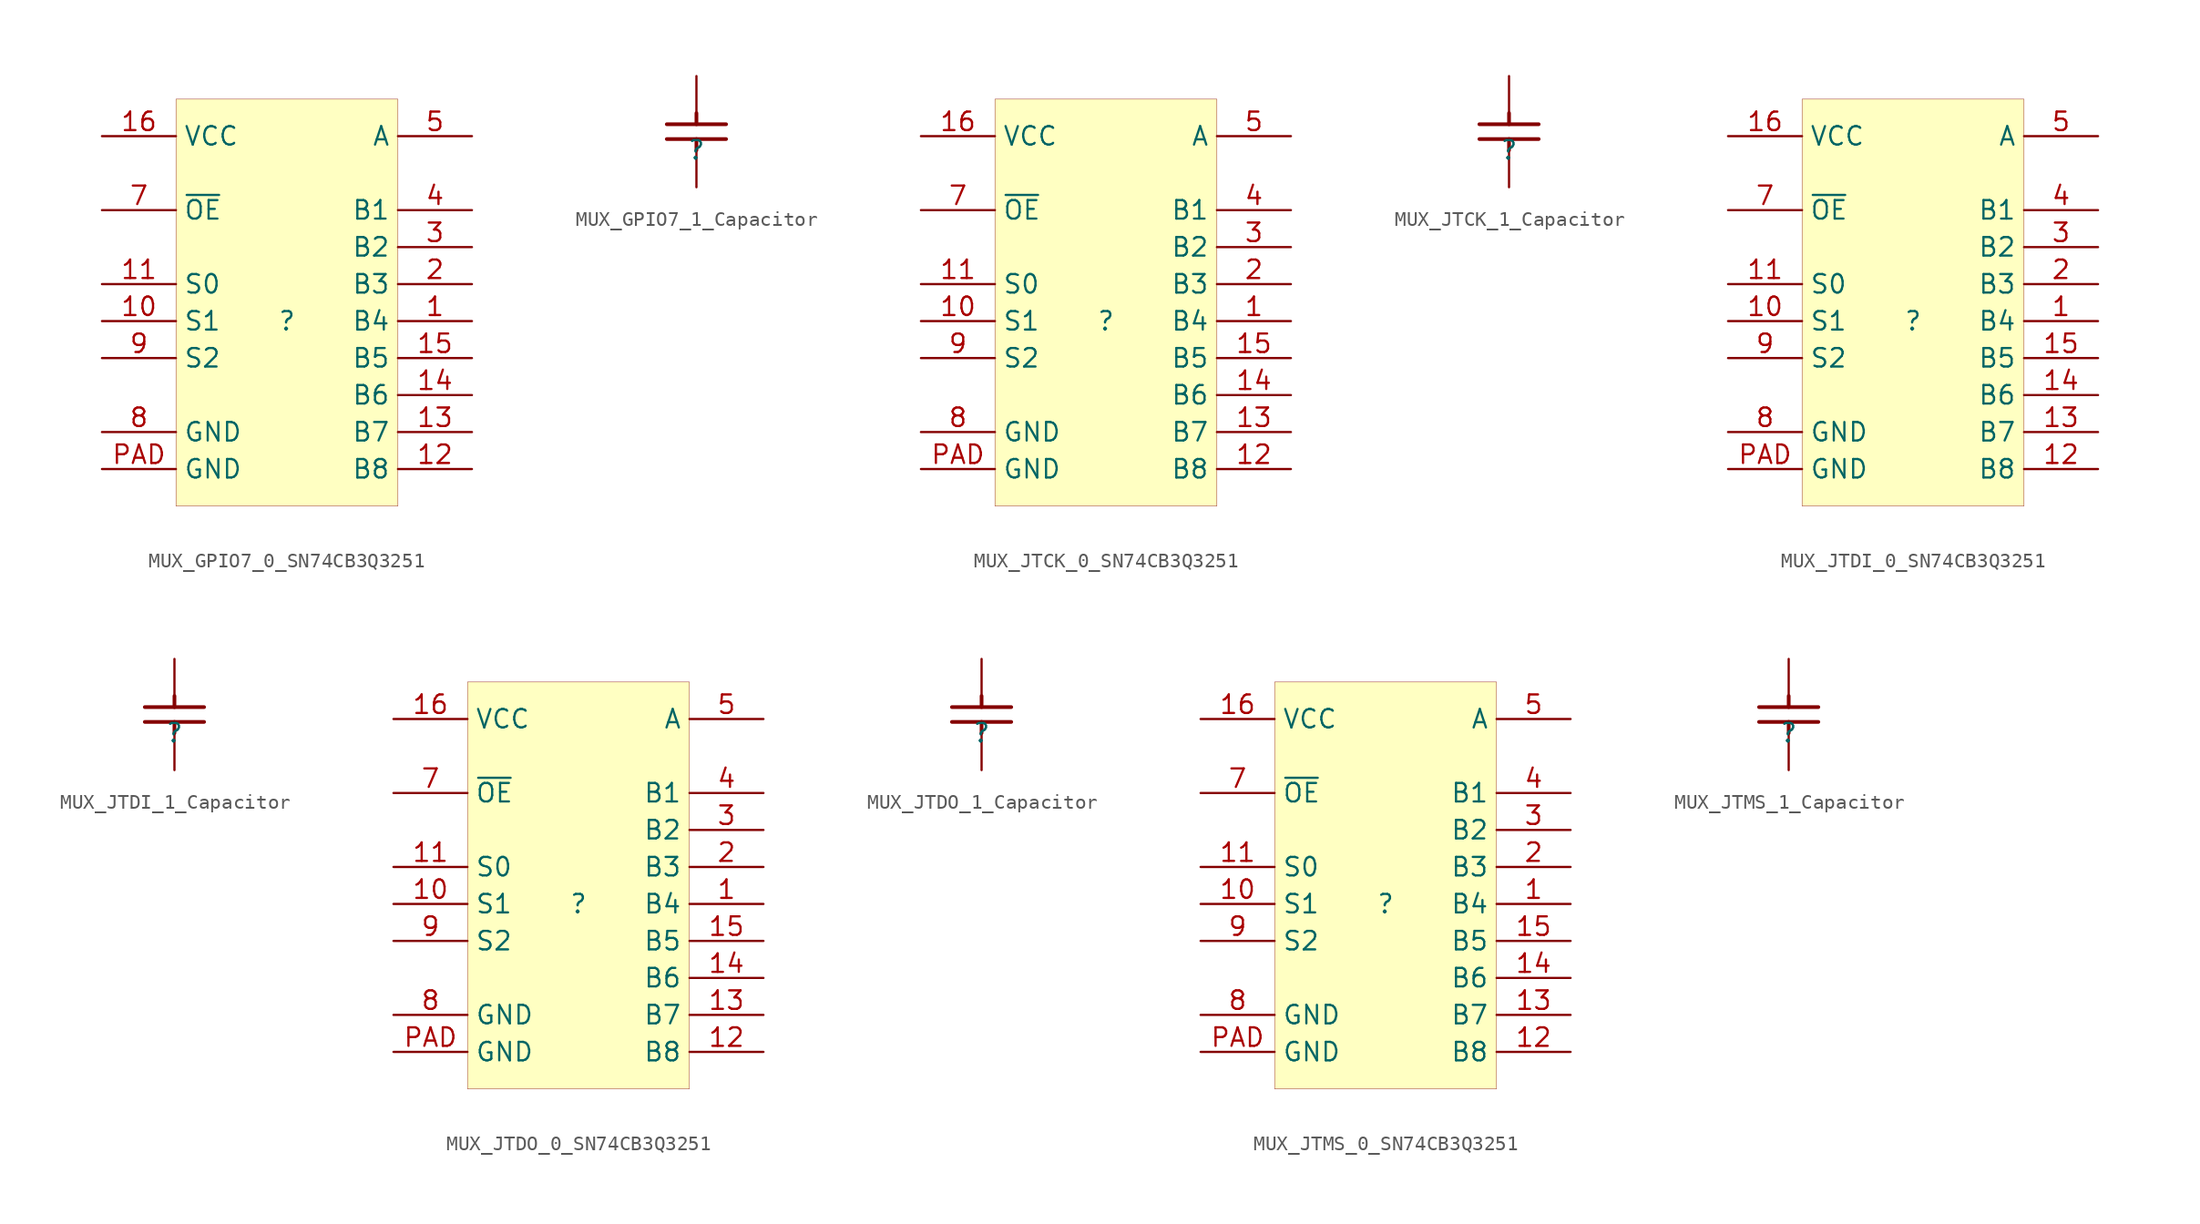
<source format=kicad_sym>
(kicad_symbol_lib
  (version 20231120)
  (generator "kicad_symbol_editor")
  (generator_version "8.0")
  (symbol "MUX_GPIO7_0_SN74CB3Q3251"
    (property "Reference" ""
      (at 0 0 0)
      (effects (font (size 1.27 1.27))))
    (property "Value" ""
      (at 0 0 0)
      (effects (font (size 1.27 1.27))))
    (symbol "MUX_GPIO7_0_SN74CB3Q3251_1_0"
      (rectangle (start 7.62 15.24) (end -7.62 -12.7) (stroke (width 0.025) (type solid) (color 128 0 0 1)) (fill (type background)))
      (pin passive line (at 12.7 0 180) (length 5.08) (name "B4" (effects (font (size 1.27 1.27)))) (number "1" (effects (font (size 1.27 1.27)))))
      (pin passive line (at -12.7 0 0) (length 5.08) (name "S1" (effects (font (size 1.27 1.27)))) (number "10" (effects (font (size 1.27 1.27)))))
      (pin passive line (at -12.7 2.54 0) (length 5.08) (name "S0" (effects (font (size 1.27 1.27)))) (number "11" (effects (font (size 1.27 1.27)))))
      (pin passive line (at 12.7 -10.16 180) (length 5.08) (name "B8" (effects (font (size 1.27 1.27)))) (number "12" (effects (font (size 1.27 1.27)))))
      (pin passive line (at 12.7 -7.62 180) (length 5.08) (name "B7" (effects (font (size 1.27 1.27)))) (number "13" (effects (font (size 1.27 1.27)))))
      (pin passive line (at 12.7 -5.08 180) (length 5.08) (name "B6" (effects (font (size 1.27 1.27)))) (number "14" (effects (font (size 1.27 1.27)))))
      (pin passive line (at 12.7 -2.54 180) (length 5.08) (name "B5" (effects (font (size 1.27 1.27)))) (number "15" (effects (font (size 1.27 1.27)))))
      (pin passive line (at -12.7 12.7 0) (length 5.08) (name "VCC" (effects (font (size 1.27 1.27)))) (number "16" (effects (font (size 1.27 1.27)))))
      (pin passive line (at 12.7 2.54 180) (length 5.08) (name "B3" (effects (font (size 1.27 1.27)))) (number "2" (effects (font (size 1.27 1.27)))))
      (pin passive line (at 12.7 5.08 180) (length 5.08) (name "B2" (effects (font (size 1.27 1.27)))) (number "3" (effects (font (size 1.27 1.27)))))
      (pin passive line (at 12.7 7.62 180) (length 5.08) (name "B1" (effects (font (size 1.27 1.27)))) (number "4" (effects (font (size 1.27 1.27)))))
      (pin passive line (at 12.7 12.7 180) (length 5.08) (name "A" (effects (font (size 1.27 1.27)))) (number "5" (effects (font (size 1.27 1.27)))))
      (pin passive line (at -12.7 7.62 0) (length 5.08) (name "~{OE}" (effects (font (size 1.27 1.27)))) (number "7" (effects (font (size 1.27 1.27)))))
      (pin passive line (at -12.7 -7.62 0) (length 5.08) (name "GND" (effects (font (size 1.27 1.27)))) (number "8" (effects (font (size 1.27 1.27)))))
      (pin passive line (at -12.7 -2.54 0) (length 5.08) (name "S2" (effects (font (size 1.27 1.27)))) (number "9" (effects (font (size 1.27 1.27)))))
      (pin passive line (at -12.7 -10.16 0) (length 5.08) (name "GND" (effects (font (size 1.27 1.27)))) (number "PAD" (effects (font (size 1.27 1.27)))))))
  (symbol "MUX_GPIO7_1_Capacitor"
    (property "Reference" ""
      (at 0 0 0)
      (effects (font (size 1.27 1.27))))
    (property "Value" ""
      (at 0 0 0)
      (effects (font (size 1.27 1.27))))
    (symbol "MUX_GPIO7_1_Capacitor_1_0"
      (polyline (pts (xy -2.032 0.762) (xy 2.032 0.762)) (stroke (width 0.254) (type solid)) (fill (type none)))
      (polyline (pts (xy 0 0) (xy 0 0.762)) (stroke (width 0.254) (type solid)) (fill (type none)))
      (polyline (pts (xy 0 1.778) (xy 0 2.54)) (stroke (width 0.254) (type solid)) (fill (type none)))
      (polyline (pts (xy 2.032 1.778) (xy -2.032 1.778)) (stroke (width 0.254) (type solid)) (fill (type none)))
      (pin passive line (at 0 -2.54 90) (length 2.54) (name "1" (effects (font (size 0 0)))) (number "1" (effects (font (size 0 0)))))
      (pin passive line (at 0 5.08 270) (length 2.54) (name "2" (effects (font (size 0 0)))) (number "2" (effects (font (size 0 0)))))))
  (symbol "MUX_JTCK_0_SN74CB3Q3251"
    (property "Reference" ""
      (at 0 0 0)
      (effects (font (size 1.27 1.27))))
    (property "Value" ""
      (at 0 0 0)
      (effects (font (size 1.27 1.27))))
    (symbol "MUX_JTCK_0_SN74CB3Q3251_1_0"
      (rectangle (start 7.62 15.24) (end -7.62 -12.7) (stroke (width 0.025) (type solid) (color 128 0 0 1)) (fill (type background)))
      (pin passive line (at 12.7 0 180) (length 5.08) (name "B4" (effects (font (size 1.27 1.27)))) (number "1" (effects (font (size 1.27 1.27)))))
      (pin passive line (at -12.7 0 0) (length 5.08) (name "S1" (effects (font (size 1.27 1.27)))) (number "10" (effects (font (size 1.27 1.27)))))
      (pin passive line (at -12.7 2.54 0) (length 5.08) (name "S0" (effects (font (size 1.27 1.27)))) (number "11" (effects (font (size 1.27 1.27)))))
      (pin passive line (at 12.7 -10.16 180) (length 5.08) (name "B8" (effects (font (size 1.27 1.27)))) (number "12" (effects (font (size 1.27 1.27)))))
      (pin passive line (at 12.7 -7.62 180) (length 5.08) (name "B7" (effects (font (size 1.27 1.27)))) (number "13" (effects (font (size 1.27 1.27)))))
      (pin passive line (at 12.7 -5.08 180) (length 5.08) (name "B6" (effects (font (size 1.27 1.27)))) (number "14" (effects (font (size 1.27 1.27)))))
      (pin passive line (at 12.7 -2.54 180) (length 5.08) (name "B5" (effects (font (size 1.27 1.27)))) (number "15" (effects (font (size 1.27 1.27)))))
      (pin passive line (at -12.7 12.7 0) (length 5.08) (name "VCC" (effects (font (size 1.27 1.27)))) (number "16" (effects (font (size 1.27 1.27)))))
      (pin passive line (at 12.7 2.54 180) (length 5.08) (name "B3" (effects (font (size 1.27 1.27)))) (number "2" (effects (font (size 1.27 1.27)))))
      (pin passive line (at 12.7 5.08 180) (length 5.08) (name "B2" (effects (font (size 1.27 1.27)))) (number "3" (effects (font (size 1.27 1.27)))))
      (pin passive line (at 12.7 7.62 180) (length 5.08) (name "B1" (effects (font (size 1.27 1.27)))) (number "4" (effects (font (size 1.27 1.27)))))
      (pin passive line (at 12.7 12.7 180) (length 5.08) (name "A" (effects (font (size 1.27 1.27)))) (number "5" (effects (font (size 1.27 1.27)))))
      (pin passive line (at -12.7 7.62 0) (length 5.08) (name "~{OE}" (effects (font (size 1.27 1.27)))) (number "7" (effects (font (size 1.27 1.27)))))
      (pin passive line (at -12.7 -7.62 0) (length 5.08) (name "GND" (effects (font (size 1.27 1.27)))) (number "8" (effects (font (size 1.27 1.27)))))
      (pin passive line (at -12.7 -2.54 0) (length 5.08) (name "S2" (effects (font (size 1.27 1.27)))) (number "9" (effects (font (size 1.27 1.27)))))
      (pin passive line (at -12.7 -10.16 0) (length 5.08) (name "GND" (effects (font (size 1.27 1.27)))) (number "PAD" (effects (font (size 1.27 1.27)))))))
  (symbol "MUX_JTCK_1_Capacitor"
    (property "Reference" ""
      (at 0 0 0)
      (effects (font (size 1.27 1.27))))
    (property "Value" ""
      (at 0 0 0)
      (effects (font (size 1.27 1.27))))
    (symbol "MUX_JTCK_1_Capacitor_1_0"
      (polyline (pts (xy -2.032 0.762) (xy 2.032 0.762)) (stroke (width 0.254) (type solid)) (fill (type none)))
      (polyline (pts (xy 0 0) (xy 0 0.762)) (stroke (width 0.254) (type solid)) (fill (type none)))
      (polyline (pts (xy 0 1.778) (xy 0 2.54)) (stroke (width 0.254) (type solid)) (fill (type none)))
      (polyline (pts (xy 2.032 1.778) (xy -2.032 1.778)) (stroke (width 0.254) (type solid)) (fill (type none)))
      (pin passive line (at 0 -2.54 90) (length 2.54) (name "1" (effects (font (size 0 0)))) (number "1" (effects (font (size 0 0)))))
      (pin passive line (at 0 5.08 270) (length 2.54) (name "2" (effects (font (size 0 0)))) (number "2" (effects (font (size 0 0)))))))
  (symbol "MUX_JTDI_0_SN74CB3Q3251"
    (property "Reference" ""
      (at 0 0 0)
      (effects (font (size 1.27 1.27))))
    (property "Value" ""
      (at 0 0 0)
      (effects (font (size 1.27 1.27))))
    (symbol "MUX_JTDI_0_SN74CB3Q3251_1_0"
      (rectangle (start 7.62 15.24) (end -7.62 -12.7) (stroke (width 0.025) (type solid) (color 128 0 0 1)) (fill (type background)))
      (pin passive line (at 12.7 0 180) (length 5.08) (name "B4" (effects (font (size 1.27 1.27)))) (number "1" (effects (font (size 1.27 1.27)))))
      (pin passive line (at -12.7 0 0) (length 5.08) (name "S1" (effects (font (size 1.27 1.27)))) (number "10" (effects (font (size 1.27 1.27)))))
      (pin passive line (at -12.7 2.54 0) (length 5.08) (name "S0" (effects (font (size 1.27 1.27)))) (number "11" (effects (font (size 1.27 1.27)))))
      (pin passive line (at 12.7 -10.16 180) (length 5.08) (name "B8" (effects (font (size 1.27 1.27)))) (number "12" (effects (font (size 1.27 1.27)))))
      (pin passive line (at 12.7 -7.62 180) (length 5.08) (name "B7" (effects (font (size 1.27 1.27)))) (number "13" (effects (font (size 1.27 1.27)))))
      (pin passive line (at 12.7 -5.08 180) (length 5.08) (name "B6" (effects (font (size 1.27 1.27)))) (number "14" (effects (font (size 1.27 1.27)))))
      (pin passive line (at 12.7 -2.54 180) (length 5.08) (name "B5" (effects (font (size 1.27 1.27)))) (number "15" (effects (font (size 1.27 1.27)))))
      (pin passive line (at -12.7 12.7 0) (length 5.08) (name "VCC" (effects (font (size 1.27 1.27)))) (number "16" (effects (font (size 1.27 1.27)))))
      (pin passive line (at 12.7 2.54 180) (length 5.08) (name "B3" (effects (font (size 1.27 1.27)))) (number "2" (effects (font (size 1.27 1.27)))))
      (pin passive line (at 12.7 5.08 180) (length 5.08) (name "B2" (effects (font (size 1.27 1.27)))) (number "3" (effects (font (size 1.27 1.27)))))
      (pin passive line (at 12.7 7.62 180) (length 5.08) (name "B1" (effects (font (size 1.27 1.27)))) (number "4" (effects (font (size 1.27 1.27)))))
      (pin passive line (at 12.7 12.7 180) (length 5.08) (name "A" (effects (font (size 1.27 1.27)))) (number "5" (effects (font (size 1.27 1.27)))))
      (pin passive line (at -12.7 7.62 0) (length 5.08) (name "~{OE}" (effects (font (size 1.27 1.27)))) (number "7" (effects (font (size 1.27 1.27)))))
      (pin passive line (at -12.7 -7.62 0) (length 5.08) (name "GND" (effects (font (size 1.27 1.27)))) (number "8" (effects (font (size 1.27 1.27)))))
      (pin passive line (at -12.7 -2.54 0) (length 5.08) (name "S2" (effects (font (size 1.27 1.27)))) (number "9" (effects (font (size 1.27 1.27)))))
      (pin passive line (at -12.7 -10.16 0) (length 5.08) (name "GND" (effects (font (size 1.27 1.27)))) (number "PAD" (effects (font (size 1.27 1.27)))))))
  (symbol "MUX_JTDI_1_Capacitor"
    (property "Reference" ""
      (at 0 0 0)
      (effects (font (size 1.27 1.27))))
    (property "Value" ""
      (at 0 0 0)
      (effects (font (size 1.27 1.27))))
    (symbol "MUX_JTDI_1_Capacitor_1_0"
      (polyline (pts (xy -2.032 0.762) (xy 2.032 0.762)) (stroke (width 0.254) (type solid)) (fill (type none)))
      (polyline (pts (xy 0 0) (xy 0 0.762)) (stroke (width 0.254) (type solid)) (fill (type none)))
      (polyline (pts (xy 0 1.778) (xy 0 2.54)) (stroke (width 0.254) (type solid)) (fill (type none)))
      (polyline (pts (xy 2.032 1.778) (xy -2.032 1.778)) (stroke (width 0.254) (type solid)) (fill (type none)))
      (pin passive line (at 0 -2.54 90) (length 2.54) (name "1" (effects (font (size 0 0)))) (number "1" (effects (font (size 0 0)))))
      (pin passive line (at 0 5.08 270) (length 2.54) (name "2" (effects (font (size 0 0)))) (number "2" (effects (font (size 0 0)))))))
  (symbol "MUX_JTDO_0_SN74CB3Q3251"
    (property "Reference" ""
      (at 0 0 0)
      (effects (font (size 1.27 1.27))))
    (property "Value" ""
      (at 0 0 0)
      (effects (font (size 1.27 1.27))))
    (symbol "MUX_JTDO_0_SN74CB3Q3251_1_0"
      (rectangle (start 7.62 15.24) (end -7.62 -12.7) (stroke (width 0.025) (type solid) (color 128 0 0 1)) (fill (type background)))
      (pin passive line (at 12.7 0 180) (length 5.08) (name "B4" (effects (font (size 1.27 1.27)))) (number "1" (effects (font (size 1.27 1.27)))))
      (pin passive line (at -12.7 0 0) (length 5.08) (name "S1" (effects (font (size 1.27 1.27)))) (number "10" (effects (font (size 1.27 1.27)))))
      (pin passive line (at -12.7 2.54 0) (length 5.08) (name "S0" (effects (font (size 1.27 1.27)))) (number "11" (effects (font (size 1.27 1.27)))))
      (pin passive line (at 12.7 -10.16 180) (length 5.08) (name "B8" (effects (font (size 1.27 1.27)))) (number "12" (effects (font (size 1.27 1.27)))))
      (pin passive line (at 12.7 -7.62 180) (length 5.08) (name "B7" (effects (font (size 1.27 1.27)))) (number "13" (effects (font (size 1.27 1.27)))))
      (pin passive line (at 12.7 -5.08 180) (length 5.08) (name "B6" (effects (font (size 1.27 1.27)))) (number "14" (effects (font (size 1.27 1.27)))))
      (pin passive line (at 12.7 -2.54 180) (length 5.08) (name "B5" (effects (font (size 1.27 1.27)))) (number "15" (effects (font (size 1.27 1.27)))))
      (pin passive line (at -12.7 12.7 0) (length 5.08) (name "VCC" (effects (font (size 1.27 1.27)))) (number "16" (effects (font (size 1.27 1.27)))))
      (pin passive line (at 12.7 2.54 180) (length 5.08) (name "B3" (effects (font (size 1.27 1.27)))) (number "2" (effects (font (size 1.27 1.27)))))
      (pin passive line (at 12.7 5.08 180) (length 5.08) (name "B2" (effects (font (size 1.27 1.27)))) (number "3" (effects (font (size 1.27 1.27)))))
      (pin passive line (at 12.7 7.62 180) (length 5.08) (name "B1" (effects (font (size 1.27 1.27)))) (number "4" (effects (font (size 1.27 1.27)))))
      (pin passive line (at 12.7 12.7 180) (length 5.08) (name "A" (effects (font (size 1.27 1.27)))) (number "5" (effects (font (size 1.27 1.27)))))
      (pin passive line (at -12.7 7.62 0) (length 5.08) (name "~{OE}" (effects (font (size 1.27 1.27)))) (number "7" (effects (font (size 1.27 1.27)))))
      (pin passive line (at -12.7 -7.62 0) (length 5.08) (name "GND" (effects (font (size 1.27 1.27)))) (number "8" (effects (font (size 1.27 1.27)))))
      (pin passive line (at -12.7 -2.54 0) (length 5.08) (name "S2" (effects (font (size 1.27 1.27)))) (number "9" (effects (font (size 1.27 1.27)))))
      (pin passive line (at -12.7 -10.16 0) (length 5.08) (name "GND" (effects (font (size 1.27 1.27)))) (number "PAD" (effects (font (size 1.27 1.27)))))))
  (symbol "MUX_JTDO_1_Capacitor"
    (property "Reference" ""
      (at 0 0 0)
      (effects (font (size 1.27 1.27))))
    (property "Value" ""
      (at 0 0 0)
      (effects (font (size 1.27 1.27))))
    (symbol "MUX_JTDO_1_Capacitor_1_0"
      (polyline (pts (xy -2.032 0.762) (xy 2.032 0.762)) (stroke (width 0.254) (type solid)) (fill (type none)))
      (polyline (pts (xy 0 0) (xy 0 0.762)) (stroke (width 0.254) (type solid)) (fill (type none)))
      (polyline (pts (xy 0 1.778) (xy 0 2.54)) (stroke (width 0.254) (type solid)) (fill (type none)))
      (polyline (pts (xy 2.032 1.778) (xy -2.032 1.778)) (stroke (width 0.254) (type solid)) (fill (type none)))
      (pin passive line (at 0 -2.54 90) (length 2.54) (name "1" (effects (font (size 0 0)))) (number "1" (effects (font (size 0 0)))))
      (pin passive line (at 0 5.08 270) (length 2.54) (name "2" (effects (font (size 0 0)))) (number "2" (effects (font (size 0 0)))))))
  (symbol "MUX_JTMS_0_SN74CB3Q3251"
    (property "Reference" ""
      (at 0 0 0)
      (effects (font (size 1.27 1.27))))
    (property "Value" ""
      (at 0 0 0)
      (effects (font (size 1.27 1.27))))
    (symbol "MUX_JTMS_0_SN74CB3Q3251_1_0"
      (rectangle (start 7.62 15.24) (end -7.62 -12.7) (stroke (width 0.025) (type solid) (color 128 0 0 1)) (fill (type background)))
      (pin passive line (at 12.7 0 180) (length 5.08) (name "B4" (effects (font (size 1.27 1.27)))) (number "1" (effects (font (size 1.27 1.27)))))
      (pin passive line (at -12.7 0 0) (length 5.08) (name "S1" (effects (font (size 1.27 1.27)))) (number "10" (effects (font (size 1.27 1.27)))))
      (pin passive line (at -12.7 2.54 0) (length 5.08) (name "S0" (effects (font (size 1.27 1.27)))) (number "11" (effects (font (size 1.27 1.27)))))
      (pin passive line (at 12.7 -10.16 180) (length 5.08) (name "B8" (effects (font (size 1.27 1.27)))) (number "12" (effects (font (size 1.27 1.27)))))
      (pin passive line (at 12.7 -7.62 180) (length 5.08) (name "B7" (effects (font (size 1.27 1.27)))) (number "13" (effects (font (size 1.27 1.27)))))
      (pin passive line (at 12.7 -5.08 180) (length 5.08) (name "B6" (effects (font (size 1.27 1.27)))) (number "14" (effects (font (size 1.27 1.27)))))
      (pin passive line (at 12.7 -2.54 180) (length 5.08) (name "B5" (effects (font (size 1.27 1.27)))) (number "15" (effects (font (size 1.27 1.27)))))
      (pin passive line (at -12.7 12.7 0) (length 5.08) (name "VCC" (effects (font (size 1.27 1.27)))) (number "16" (effects (font (size 1.27 1.27)))))
      (pin passive line (at 12.7 2.54 180) (length 5.08) (name "B3" (effects (font (size 1.27 1.27)))) (number "2" (effects (font (size 1.27 1.27)))))
      (pin passive line (at 12.7 5.08 180) (length 5.08) (name "B2" (effects (font (size 1.27 1.27)))) (number "3" (effects (font (size 1.27 1.27)))))
      (pin passive line (at 12.7 7.62 180) (length 5.08) (name "B1" (effects (font (size 1.27 1.27)))) (number "4" (effects (font (size 1.27 1.27)))))
      (pin passive line (at 12.7 12.7 180) (length 5.08) (name "A" (effects (font (size 1.27 1.27)))) (number "5" (effects (font (size 1.27 1.27)))))
      (pin passive line (at -12.7 7.62 0) (length 5.08) (name "~{OE}" (effects (font (size 1.27 1.27)))) (number "7" (effects (font (size 1.27 1.27)))))
      (pin passive line (at -12.7 -7.62 0) (length 5.08) (name "GND" (effects (font (size 1.27 1.27)))) (number "8" (effects (font (size 1.27 1.27)))))
      (pin passive line (at -12.7 -2.54 0) (length 5.08) (name "S2" (effects (font (size 1.27 1.27)))) (number "9" (effects (font (size 1.27 1.27)))))
      (pin passive line (at -12.7 -10.16 0) (length 5.08) (name "GND" (effects (font (size 1.27 1.27)))) (number "PAD" (effects (font (size 1.27 1.27)))))))
  (symbol "MUX_JTMS_1_Capacitor"
    (property "Reference" ""
      (at 0 0 0)
      (effects (font (size 1.27 1.27))))
    (property "Value" ""
      (at 0 0 0)
      (effects (font (size 1.27 1.27))))
    (symbol "MUX_JTMS_1_Capacitor_1_0"
      (polyline (pts (xy -2.032 0.762) (xy 2.032 0.762)) (stroke (width 0.254) (type solid)) (fill (type none)))
      (polyline (pts (xy 0 0) (xy 0 0.762)) (stroke (width 0.254) (type solid)) (fill (type none)))
      (polyline (pts (xy 0 1.778) (xy 0 2.54)) (stroke (width 0.254) (type solid)) (fill (type none)))
      (polyline (pts (xy 2.032 1.778) (xy -2.032 1.778)) (stroke (width 0.254) (type solid)) (fill (type none)))
      (pin passive line (at 0 -2.54 90) (length 2.54) (name "1" (effects (font (size 0 0)))) (number "1" (effects (font (size 0 0)))))
      (pin passive line (at 0 5.08 270) (length 2.54) (name "2" (effects (font (size 0 0)))) (number "2" (effects (font (size 0 0))))))))
</source>
